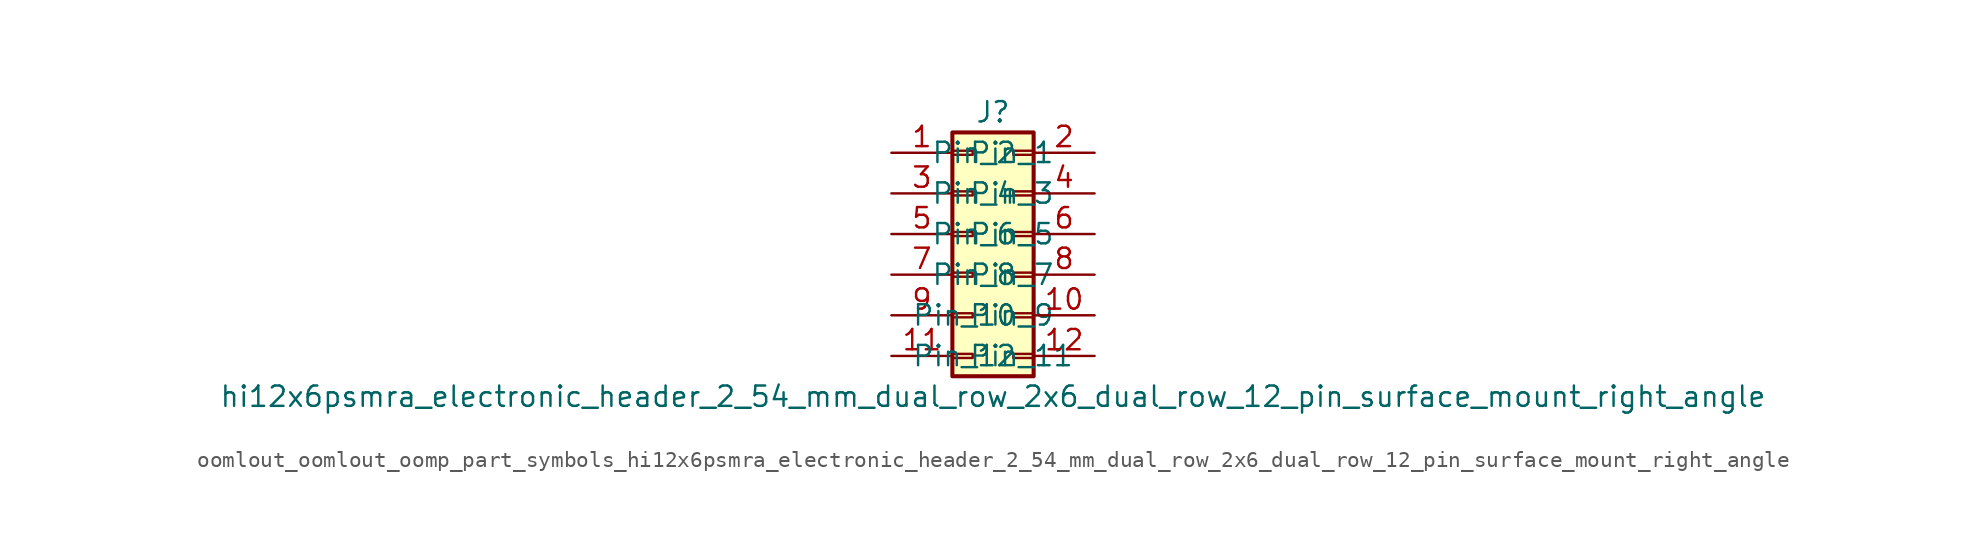
<source format=kicad_sym>
(kicad_symbol_lib
  (version 20220914)
  (generator kicad_symbol_editor)
  (symbol "oomlout_oomlout_oomp_part_symbols_hi12x6psmra_electronic_header_2_54_mm_dual_row_2x6_dual_row_12_pin_surface_mount_right_angle"
    (pin_names
      (offset 1.016))
    (property "Reference" "J"
      (at 1.27 7.62 0)
      (effects (font (size 1.27 1.27))))
    (property "Value" "hi12x6psmra_electronic_header_2_54_mm_dual_row_2x6_dual_row_12_pin_surface_mount_right_angle"
      (at 1.27 -10.16 0)
      (effects (font (size 1.27 1.27))))
    (symbol "oomlout_oomlout_oomp_part_symbols_hi12x6psmra_electronic_header_2_54_mm_dual_row_2x6_dual_row_12_pin_surface_mount_right_angle_1_1"
      (rectangle (start -1.27 -7.493) (end 0 -7.747) (stroke (width 0.152) (type default)) (fill (type none)))
      (rectangle (start -1.27 -4.953) (end 0 -5.207) (stroke (width 0.152) (type default)) (fill (type none)))
      (rectangle (start -1.27 -2.413) (end 0 -2.667) (stroke (width 0.152) (type default)) (fill (type none)))
      (rectangle (start -1.27 0.127) (end 0 -0.127) (stroke (width 0.152) (type default)) (fill (type none)))
      (rectangle (start -1.27 2.667) (end 0 2.413) (stroke (width 0.152) (type default)) (fill (type none)))
      (rectangle (start -1.27 5.207) (end 0 4.953) (stroke (width 0.152) (type default)) (fill (type none)))
      (rectangle (start -1.27 6.35) (end 3.81 -8.89) (stroke (width 0.254) (type default)) (fill (type background)))
      (rectangle (start 3.81 -7.493) (end 2.54 -7.747) (stroke (width 0.152) (type default)) (fill (type none)))
      (rectangle (start 3.81 -4.953) (end 2.54 -5.207) (stroke (width 0.152) (type default)) (fill (type none)))
      (rectangle (start 3.81 -2.413) (end 2.54 -2.667) (stroke (width 0.152) (type default)) (fill (type none)))
      (rectangle (start 3.81 0.127) (end 2.54 -0.127) (stroke (width 0.152) (type default)) (fill (type none)))
      (rectangle (start 3.81 2.667) (end 2.54 2.413) (stroke (width 0.152) (type default)) (fill (type none)))
      (rectangle (start 3.81 5.207) (end 2.54 4.953) (stroke (width 0.152) (type default)) (fill (type none)))
      (pin passive line (at -5.08 5.08 0) (length 3.81) (name "Pin_1" (effects (font (size 1.27 1.27)))) (number "1" (effects (font (size 1.27 1.27)))))
      (pin passive line (at 7.62 -5.08 180) (length 3.81) (name "Pin_10" (effects (font (size 1.27 1.27)))) (number "10" (effects (font (size 1.27 1.27)))))
      (pin passive line (at -5.08 -7.62 0) (length 3.81) (name "Pin_11" (effects (font (size 1.27 1.27)))) (number "11" (effects (font (size 1.27 1.27)))))
      (pin passive line (at 7.62 -7.62 180) (length 3.81) (name "Pin_12" (effects (font (size 1.27 1.27)))) (number "12" (effects (font (size 1.27 1.27)))))
      (pin passive line (at 7.62 5.08 180) (length 3.81) (name "Pin_2" (effects (font (size 1.27 1.27)))) (number "2" (effects (font (size 1.27 1.27)))))
      (pin passive line (at -5.08 2.54 0) (length 3.81) (name "Pin_3" (effects (font (size 1.27 1.27)))) (number "3" (effects (font (size 1.27 1.27)))))
      (pin passive line (at 7.62 2.54 180) (length 3.81) (name "Pin_4" (effects (font (size 1.27 1.27)))) (number "4" (effects (font (size 1.27 1.27)))))
      (pin passive line (at -5.08 0 0) (length 3.81) (name "Pin_5" (effects (font (size 1.27 1.27)))) (number "5" (effects (font (size 1.27 1.27)))))
      (pin passive line (at 7.62 0 180) (length 3.81) (name "Pin_6" (effects (font (size 1.27 1.27)))) (number "6" (effects (font (size 1.27 1.27)))))
      (pin passive line (at -5.08 -2.54 0) (length 3.81) (name "Pin_7" (effects (font (size 1.27 1.27)))) (number "7" (effects (font (size 1.27 1.27)))))
      (pin passive line (at 7.62 -2.54 180) (length 3.81) (name "Pin_8" (effects (font (size 1.27 1.27)))) (number "8" (effects (font (size 1.27 1.27)))))
      (pin passive line (at -5.08 -5.08 0) (length 3.81) (name "Pin_9" (effects (font (size 1.27 1.27)))) (number "9" (effects (font (size 1.27 1.27))))))))
</source>
